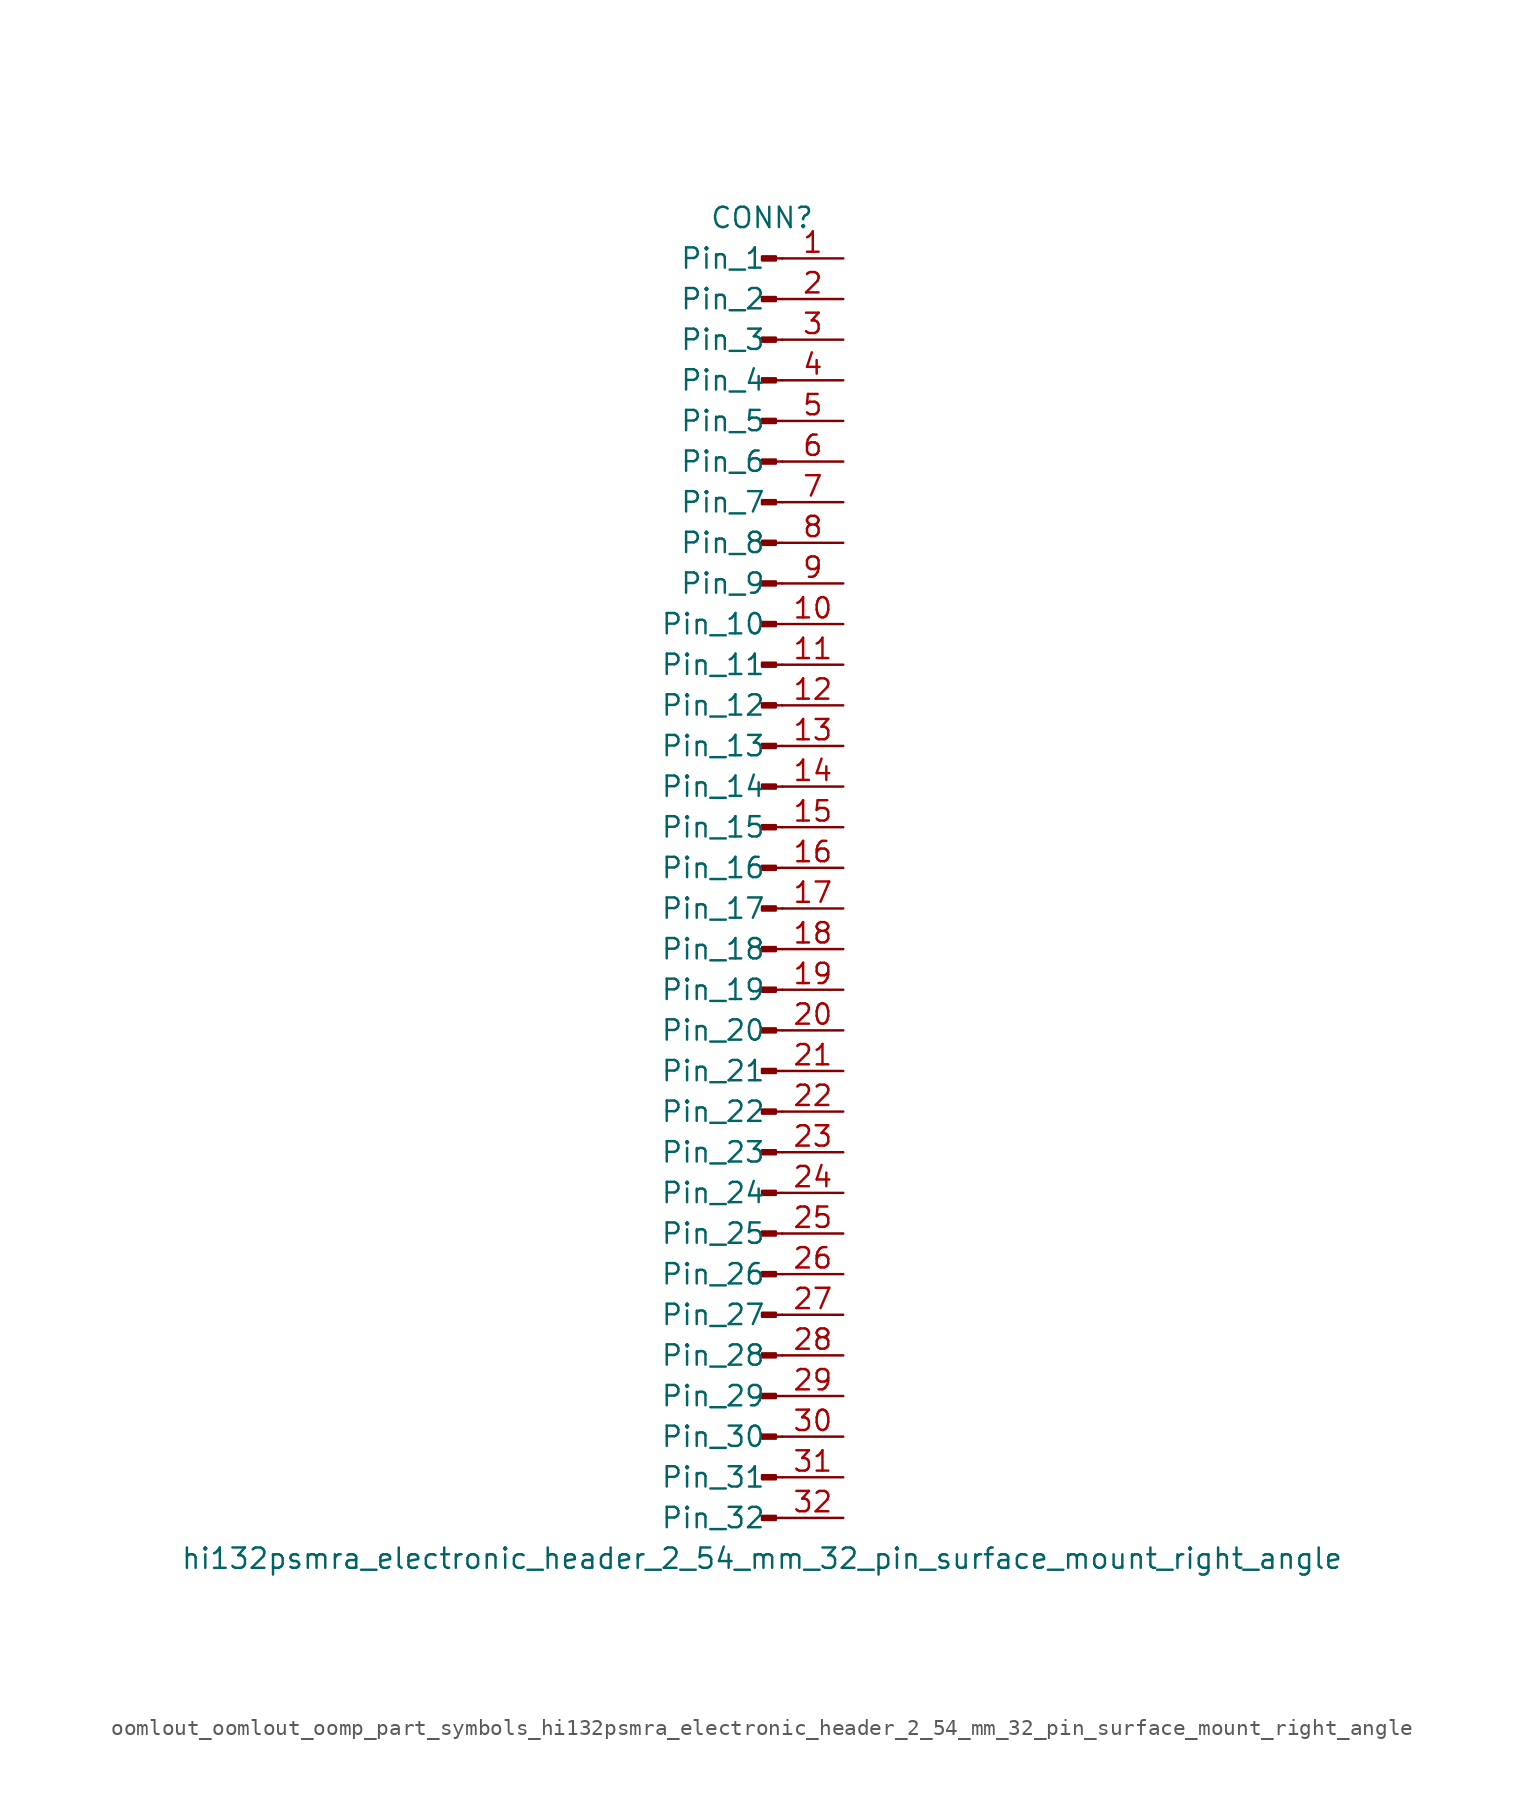
<source format=kicad_sym>
(kicad_symbol_lib
  (version 20220914)
  (generator kicad_symbol_editor)
  (symbol "oomlout_oomlout_oomp_part_symbols_hi132psmra_electronic_header_2_54_mm_32_pin_surface_mount_right_angle"
    (pin_names
      (offset 1.016))
    (property "Reference" "CONN"
      (at 0 40.64 0)
      (effects (font (size 1.27 1.27))))
    (property "Value" "hi132psmra_electronic_header_2_54_mm_32_pin_surface_mount_right_angle"
      (at 0 -43.18 0)
      (effects (font (size 1.27 1.27))))
    (property "ki_locked" ""
      (at 0 0 0)
      (effects (font (size 1.27 1.27))))
    (symbol "oomlout_oomlout_oomp_part_symbols_hi132psmra_electronic_header_2_54_mm_32_pin_surface_mount_right_angle_1_1"
      (polyline (pts (xy 1.27 -40.64) (xy 0.864 -40.64)) (stroke (width 0.152) (type default)) (fill (type none)))
      (polyline (pts (xy 1.27 -38.1) (xy 0.864 -38.1)) (stroke (width 0.152) (type default)) (fill (type none)))
      (polyline (pts (xy 1.27 -35.56) (xy 0.864 -35.56)) (stroke (width 0.152) (type default)) (fill (type none)))
      (polyline (pts (xy 1.27 -33.02) (xy 0.864 -33.02)) (stroke (width 0.152) (type default)) (fill (type none)))
      (polyline (pts (xy 1.27 -30.48) (xy 0.864 -30.48)) (stroke (width 0.152) (type default)) (fill (type none)))
      (polyline (pts (xy 1.27 -27.94) (xy 0.864 -27.94)) (stroke (width 0.152) (type default)) (fill (type none)))
      (polyline (pts (xy 1.27 -25.4) (xy 0.864 -25.4)) (stroke (width 0.152) (type default)) (fill (type none)))
      (polyline (pts (xy 1.27 -22.86) (xy 0.864 -22.86)) (stroke (width 0.152) (type default)) (fill (type none)))
      (polyline (pts (xy 1.27 -20.32) (xy 0.864 -20.32)) (stroke (width 0.152) (type default)) (fill (type none)))
      (polyline (pts (xy 1.27 -17.78) (xy 0.864 -17.78)) (stroke (width 0.152) (type default)) (fill (type none)))
      (polyline (pts (xy 1.27 -15.24) (xy 0.864 -15.24)) (stroke (width 0.152) (type default)) (fill (type none)))
      (polyline (pts (xy 1.27 -12.7) (xy 0.864 -12.7)) (stroke (width 0.152) (type default)) (fill (type none)))
      (polyline (pts (xy 1.27 -10.16) (xy 0.864 -10.16)) (stroke (width 0.152) (type default)) (fill (type none)))
      (polyline (pts (xy 1.27 -7.62) (xy 0.864 -7.62)) (stroke (width 0.152) (type default)) (fill (type none)))
      (polyline (pts (xy 1.27 -5.08) (xy 0.864 -5.08)) (stroke (width 0.152) (type default)) (fill (type none)))
      (polyline (pts (xy 1.27 -2.54) (xy 0.864 -2.54)) (stroke (width 0.152) (type default)) (fill (type none)))
      (polyline (pts (xy 1.27 0) (xy 0.864 0)) (stroke (width 0.152) (type default)) (fill (type none)))
      (polyline (pts (xy 1.27 2.54) (xy 0.864 2.54)) (stroke (width 0.152) (type default)) (fill (type none)))
      (polyline (pts (xy 1.27 5.08) (xy 0.864 5.08)) (stroke (width 0.152) (type default)) (fill (type none)))
      (polyline (pts (xy 1.27 7.62) (xy 0.864 7.62)) (stroke (width 0.152) (type default)) (fill (type none)))
      (polyline (pts (xy 1.27 10.16) (xy 0.864 10.16)) (stroke (width 0.152) (type default)) (fill (type none)))
      (polyline (pts (xy 1.27 12.7) (xy 0.864 12.7)) (stroke (width 0.152) (type default)) (fill (type none)))
      (polyline (pts (xy 1.27 15.24) (xy 0.864 15.24)) (stroke (width 0.152) (type default)) (fill (type none)))
      (polyline (pts (xy 1.27 17.78) (xy 0.864 17.78)) (stroke (width 0.152) (type default)) (fill (type none)))
      (polyline (pts (xy 1.27 20.32) (xy 0.864 20.32)) (stroke (width 0.152) (type default)) (fill (type none)))
      (polyline (pts (xy 1.27 22.86) (xy 0.864 22.86)) (stroke (width 0.152) (type default)) (fill (type none)))
      (polyline (pts (xy 1.27 25.4) (xy 0.864 25.4)) (stroke (width 0.152) (type default)) (fill (type none)))
      (polyline (pts (xy 1.27 27.94) (xy 0.864 27.94)) (stroke (width 0.152) (type default)) (fill (type none)))
      (polyline (pts (xy 1.27 30.48) (xy 0.864 30.48)) (stroke (width 0.152) (type default)) (fill (type none)))
      (polyline (pts (xy 1.27 33.02) (xy 0.864 33.02)) (stroke (width 0.152) (type default)) (fill (type none)))
      (polyline (pts (xy 1.27 35.56) (xy 0.864 35.56)) (stroke (width 0.152) (type default)) (fill (type none)))
      (polyline (pts (xy 1.27 38.1) (xy 0.864 38.1)) (stroke (width 0.152) (type default)) (fill (type none)))
      (rectangle (start 0.864 -40.513) (end 0 -40.767) (stroke (width 0.152) (type default)) (fill (type outline)))
      (rectangle (start 0.864 -37.973) (end 0 -38.227) (stroke (width 0.152) (type default)) (fill (type outline)))
      (rectangle (start 0.864 -35.433) (end 0 -35.687) (stroke (width 0.152) (type default)) (fill (type outline)))
      (rectangle (start 0.864 -32.893) (end 0 -33.147) (stroke (width 0.152) (type default)) (fill (type outline)))
      (rectangle (start 0.864 -30.353) (end 0 -30.607) (stroke (width 0.152) (type default)) (fill (type outline)))
      (rectangle (start 0.864 -27.813) (end 0 -28.067) (stroke (width 0.152) (type default)) (fill (type outline)))
      (rectangle (start 0.864 -25.273) (end 0 -25.527) (stroke (width 0.152) (type default)) (fill (type outline)))
      (rectangle (start 0.864 -22.733) (end 0 -22.987) (stroke (width 0.152) (type default)) (fill (type outline)))
      (rectangle (start 0.864 -20.193) (end 0 -20.447) (stroke (width 0.152) (type default)) (fill (type outline)))
      (rectangle (start 0.864 -17.653) (end 0 -17.907) (stroke (width 0.152) (type default)) (fill (type outline)))
      (rectangle (start 0.864 -15.113) (end 0 -15.367) (stroke (width 0.152) (type default)) (fill (type outline)))
      (rectangle (start 0.864 -12.573) (end 0 -12.827) (stroke (width 0.152) (type default)) (fill (type outline)))
      (rectangle (start 0.864 -10.033) (end 0 -10.287) (stroke (width 0.152) (type default)) (fill (type outline)))
      (rectangle (start 0.864 -7.493) (end 0 -7.747) (stroke (width 0.152) (type default)) (fill (type outline)))
      (rectangle (start 0.864 -4.953) (end 0 -5.207) (stroke (width 0.152) (type default)) (fill (type outline)))
      (rectangle (start 0.864 -2.413) (end 0 -2.667) (stroke (width 0.152) (type default)) (fill (type outline)))
      (rectangle (start 0.864 0.127) (end 0 -0.127) (stroke (width 0.152) (type default)) (fill (type outline)))
      (rectangle (start 0.864 2.667) (end 0 2.413) (stroke (width 0.152) (type default)) (fill (type outline)))
      (rectangle (start 0.864 5.207) (end 0 4.953) (stroke (width 0.152) (type default)) (fill (type outline)))
      (rectangle (start 0.864 7.747) (end 0 7.493) (stroke (width 0.152) (type default)) (fill (type outline)))
      (rectangle (start 0.864 10.287) (end 0 10.033) (stroke (width 0.152) (type default)) (fill (type outline)))
      (rectangle (start 0.864 12.827) (end 0 12.573) (stroke (width 0.152) (type default)) (fill (type outline)))
      (rectangle (start 0.864 15.367) (end 0 15.113) (stroke (width 0.152) (type default)) (fill (type outline)))
      (rectangle (start 0.864 17.907) (end 0 17.653) (stroke (width 0.152) (type default)) (fill (type outline)))
      (rectangle (start 0.864 20.447) (end 0 20.193) (stroke (width 0.152) (type default)) (fill (type outline)))
      (rectangle (start 0.864 22.987) (end 0 22.733) (stroke (width 0.152) (type default)) (fill (type outline)))
      (rectangle (start 0.864 25.527) (end 0 25.273) (stroke (width 0.152) (type default)) (fill (type outline)))
      (rectangle (start 0.864 28.067) (end 0 27.813) (stroke (width 0.152) (type default)) (fill (type outline)))
      (rectangle (start 0.864 30.607) (end 0 30.353) (stroke (width 0.152) (type default)) (fill (type outline)))
      (rectangle (start 0.864 33.147) (end 0 32.893) (stroke (width 0.152) (type default)) (fill (type outline)))
      (rectangle (start 0.864 35.687) (end 0 35.433) (stroke (width 0.152) (type default)) (fill (type outline)))
      (rectangle (start 0.864 38.227) (end 0 37.973) (stroke (width 0.152) (type default)) (fill (type outline)))
      (pin passive line (at 5.08 38.1 180) (length 3.81) (name "Pin_1" (effects (font (size 1.27 1.27)))) (number "1" (effects (font (size 1.27 1.27)))))
      (pin passive line (at 5.08 15.24 180) (length 3.81) (name "Pin_10" (effects (font (size 1.27 1.27)))) (number "10" (effects (font (size 1.27 1.27)))))
      (pin passive line (at 5.08 12.7 180) (length 3.81) (name "Pin_11" (effects (font (size 1.27 1.27)))) (number "11" (effects (font (size 1.27 1.27)))))
      (pin passive line (at 5.08 10.16 180) (length 3.81) (name "Pin_12" (effects (font (size 1.27 1.27)))) (number "12" (effects (font (size 1.27 1.27)))))
      (pin passive line (at 5.08 7.62 180) (length 3.81) (name "Pin_13" (effects (font (size 1.27 1.27)))) (number "13" (effects (font (size 1.27 1.27)))))
      (pin passive line (at 5.08 5.08 180) (length 3.81) (name "Pin_14" (effects (font (size 1.27 1.27)))) (number "14" (effects (font (size 1.27 1.27)))))
      (pin passive line (at 5.08 2.54 180) (length 3.81) (name "Pin_15" (effects (font (size 1.27 1.27)))) (number "15" (effects (font (size 1.27 1.27)))))
      (pin passive line (at 5.08 0 180) (length 3.81) (name "Pin_16" (effects (font (size 1.27 1.27)))) (number "16" (effects (font (size 1.27 1.27)))))
      (pin passive line (at 5.08 -2.54 180) (length 3.81) (name "Pin_17" (effects (font (size 1.27 1.27)))) (number "17" (effects (font (size 1.27 1.27)))))
      (pin passive line (at 5.08 -5.08 180) (length 3.81) (name "Pin_18" (effects (font (size 1.27 1.27)))) (number "18" (effects (font (size 1.27 1.27)))))
      (pin passive line (at 5.08 -7.62 180) (length 3.81) (name "Pin_19" (effects (font (size 1.27 1.27)))) (number "19" (effects (font (size 1.27 1.27)))))
      (pin passive line (at 5.08 35.56 180) (length 3.81) (name "Pin_2" (effects (font (size 1.27 1.27)))) (number "2" (effects (font (size 1.27 1.27)))))
      (pin passive line (at 5.08 -10.16 180) (length 3.81) (name "Pin_20" (effects (font (size 1.27 1.27)))) (number "20" (effects (font (size 1.27 1.27)))))
      (pin passive line (at 5.08 -12.7 180) (length 3.81) (name "Pin_21" (effects (font (size 1.27 1.27)))) (number "21" (effects (font (size 1.27 1.27)))))
      (pin passive line (at 5.08 -15.24 180) (length 3.81) (name "Pin_22" (effects (font (size 1.27 1.27)))) (number "22" (effects (font (size 1.27 1.27)))))
      (pin passive line (at 5.08 -17.78 180) (length 3.81) (name "Pin_23" (effects (font (size 1.27 1.27)))) (number "23" (effects (font (size 1.27 1.27)))))
      (pin passive line (at 5.08 -20.32 180) (length 3.81) (name "Pin_24" (effects (font (size 1.27 1.27)))) (number "24" (effects (font (size 1.27 1.27)))))
      (pin passive line (at 5.08 -22.86 180) (length 3.81) (name "Pin_25" (effects (font (size 1.27 1.27)))) (number "25" (effects (font (size 1.27 1.27)))))
      (pin passive line (at 5.08 -25.4 180) (length 3.81) (name "Pin_26" (effects (font (size 1.27 1.27)))) (number "26" (effects (font (size 1.27 1.27)))))
      (pin passive line (at 5.08 -27.94 180) (length 3.81) (name "Pin_27" (effects (font (size 1.27 1.27)))) (number "27" (effects (font (size 1.27 1.27)))))
      (pin passive line (at 5.08 -30.48 180) (length 3.81) (name "Pin_28" (effects (font (size 1.27 1.27)))) (number "28" (effects (font (size 1.27 1.27)))))
      (pin passive line (at 5.08 -33.02 180) (length 3.81) (name "Pin_29" (effects (font (size 1.27 1.27)))) (number "29" (effects (font (size 1.27 1.27)))))
      (pin passive line (at 5.08 33.02 180) (length 3.81) (name "Pin_3" (effects (font (size 1.27 1.27)))) (number "3" (effects (font (size 1.27 1.27)))))
      (pin passive line (at 5.08 -35.56 180) (length 3.81) (name "Pin_30" (effects (font (size 1.27 1.27)))) (number "30" (effects (font (size 1.27 1.27)))))
      (pin passive line (at 5.08 -38.1 180) (length 3.81) (name "Pin_31" (effects (font (size 1.27 1.27)))) (number "31" (effects (font (size 1.27 1.27)))))
      (pin passive line (at 5.08 -40.64 180) (length 3.81) (name "Pin_32" (effects (font (size 1.27 1.27)))) (number "32" (effects (font (size 1.27 1.27)))))
      (pin passive line (at 5.08 30.48 180) (length 3.81) (name "Pin_4" (effects (font (size 1.27 1.27)))) (number "4" (effects (font (size 1.27 1.27)))))
      (pin passive line (at 5.08 27.94 180) (length 3.81) (name "Pin_5" (effects (font (size 1.27 1.27)))) (number "5" (effects (font (size 1.27 1.27)))))
      (pin passive line (at 5.08 25.4 180) (length 3.81) (name "Pin_6" (effects (font (size 1.27 1.27)))) (number "6" (effects (font (size 1.27 1.27)))))
      (pin passive line (at 5.08 22.86 180) (length 3.81) (name "Pin_7" (effects (font (size 1.27 1.27)))) (number "7" (effects (font (size 1.27 1.27)))))
      (pin passive line (at 5.08 20.32 180) (length 3.81) (name "Pin_8" (effects (font (size 1.27 1.27)))) (number "8" (effects (font (size 1.27 1.27)))))
      (pin passive line (at 5.08 17.78 180) (length 3.81) (name "Pin_9" (effects (font (size 1.27 1.27)))) (number "9" (effects (font (size 1.27 1.27))))))))
</source>
